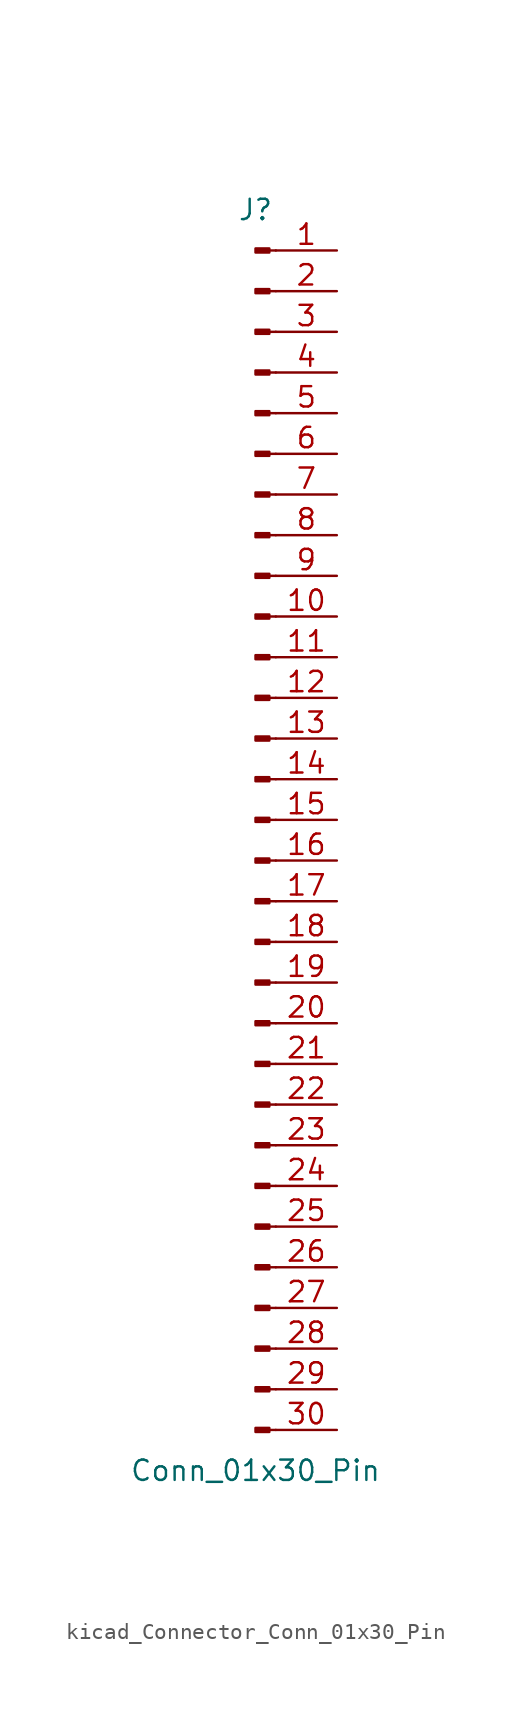
<source format=kicad_sym>
(kicad_symbol_lib
  (version 20220914)
  (generator kicad_symbol_editor)
  (symbol "kicad_Connector_Conn_01x30_Pin"
    (pin_names
      (offset 1.016) hide)
    (property "Reference" "J"
      (at 0 38.1 0)
      (effects (font (size 1.27 1.27))))
    (property "Value" "Conn_01x30_Pin"
      (at 0 -40.64 0)
      (effects (font (size 1.27 1.27))))
    (property "ki_locked" ""
      (at 0 0 0)
      (effects (font (size 1.27 1.27))))
    (symbol "kicad_Connector_Conn_01x30_Pin_1_1"
      (polyline (pts (xy 1.27 -38.1) (xy 0.864 -38.1)) (stroke (width 0.152) (type default)) (fill (type none)))
      (polyline (pts (xy 1.27 -35.56) (xy 0.864 -35.56)) (stroke (width 0.152) (type default)) (fill (type none)))
      (polyline (pts (xy 1.27 -33.02) (xy 0.864 -33.02)) (stroke (width 0.152) (type default)) (fill (type none)))
      (polyline (pts (xy 1.27 -30.48) (xy 0.864 -30.48)) (stroke (width 0.152) (type default)) (fill (type none)))
      (polyline (pts (xy 1.27 -27.94) (xy 0.864 -27.94)) (stroke (width 0.152) (type default)) (fill (type none)))
      (polyline (pts (xy 1.27 -25.4) (xy 0.864 -25.4)) (stroke (width 0.152) (type default)) (fill (type none)))
      (polyline (pts (xy 1.27 -22.86) (xy 0.864 -22.86)) (stroke (width 0.152) (type default)) (fill (type none)))
      (polyline (pts (xy 1.27 -20.32) (xy 0.864 -20.32)) (stroke (width 0.152) (type default)) (fill (type none)))
      (polyline (pts (xy 1.27 -17.78) (xy 0.864 -17.78)) (stroke (width 0.152) (type default)) (fill (type none)))
      (polyline (pts (xy 1.27 -15.24) (xy 0.864 -15.24)) (stroke (width 0.152) (type default)) (fill (type none)))
      (polyline (pts (xy 1.27 -12.7) (xy 0.864 -12.7)) (stroke (width 0.152) (type default)) (fill (type none)))
      (polyline (pts (xy 1.27 -10.16) (xy 0.864 -10.16)) (stroke (width 0.152) (type default)) (fill (type none)))
      (polyline (pts (xy 1.27 -7.62) (xy 0.864 -7.62)) (stroke (width 0.152) (type default)) (fill (type none)))
      (polyline (pts (xy 1.27 -5.08) (xy 0.864 -5.08)) (stroke (width 0.152) (type default)) (fill (type none)))
      (polyline (pts (xy 1.27 -2.54) (xy 0.864 -2.54)) (stroke (width 0.152) (type default)) (fill (type none)))
      (polyline (pts (xy 1.27 0) (xy 0.864 0)) (stroke (width 0.152) (type default)) (fill (type none)))
      (polyline (pts (xy 1.27 2.54) (xy 0.864 2.54)) (stroke (width 0.152) (type default)) (fill (type none)))
      (polyline (pts (xy 1.27 5.08) (xy 0.864 5.08)) (stroke (width 0.152) (type default)) (fill (type none)))
      (polyline (pts (xy 1.27 7.62) (xy 0.864 7.62)) (stroke (width 0.152) (type default)) (fill (type none)))
      (polyline (pts (xy 1.27 10.16) (xy 0.864 10.16)) (stroke (width 0.152) (type default)) (fill (type none)))
      (polyline (pts (xy 1.27 12.7) (xy 0.864 12.7)) (stroke (width 0.152) (type default)) (fill (type none)))
      (polyline (pts (xy 1.27 15.24) (xy 0.864 15.24)) (stroke (width 0.152) (type default)) (fill (type none)))
      (polyline (pts (xy 1.27 17.78) (xy 0.864 17.78)) (stroke (width 0.152) (type default)) (fill (type none)))
      (polyline (pts (xy 1.27 20.32) (xy 0.864 20.32)) (stroke (width 0.152) (type default)) (fill (type none)))
      (polyline (pts (xy 1.27 22.86) (xy 0.864 22.86)) (stroke (width 0.152) (type default)) (fill (type none)))
      (polyline (pts (xy 1.27 25.4) (xy 0.864 25.4)) (stroke (width 0.152) (type default)) (fill (type none)))
      (polyline (pts (xy 1.27 27.94) (xy 0.864 27.94)) (stroke (width 0.152) (type default)) (fill (type none)))
      (polyline (pts (xy 1.27 30.48) (xy 0.864 30.48)) (stroke (width 0.152) (type default)) (fill (type none)))
      (polyline (pts (xy 1.27 33.02) (xy 0.864 33.02)) (stroke (width 0.152) (type default)) (fill (type none)))
      (polyline (pts (xy 1.27 35.56) (xy 0.864 35.56)) (stroke (width 0.152) (type default)) (fill (type none)))
      (rectangle (start 0.864 -37.973) (end 0 -38.227) (stroke (width 0.152) (type default)) (fill (type outline)))
      (rectangle (start 0.864 -35.433) (end 0 -35.687) (stroke (width 0.152) (type default)) (fill (type outline)))
      (rectangle (start 0.864 -32.893) (end 0 -33.147) (stroke (width 0.152) (type default)) (fill (type outline)))
      (rectangle (start 0.864 -30.353) (end 0 -30.607) (stroke (width 0.152) (type default)) (fill (type outline)))
      (rectangle (start 0.864 -27.813) (end 0 -28.067) (stroke (width 0.152) (type default)) (fill (type outline)))
      (rectangle (start 0.864 -25.273) (end 0 -25.527) (stroke (width 0.152) (type default)) (fill (type outline)))
      (rectangle (start 0.864 -22.733) (end 0 -22.987) (stroke (width 0.152) (type default)) (fill (type outline)))
      (rectangle (start 0.864 -20.193) (end 0 -20.447) (stroke (width 0.152) (type default)) (fill (type outline)))
      (rectangle (start 0.864 -17.653) (end 0 -17.907) (stroke (width 0.152) (type default)) (fill (type outline)))
      (rectangle (start 0.864 -15.113) (end 0 -15.367) (stroke (width 0.152) (type default)) (fill (type outline)))
      (rectangle (start 0.864 -12.573) (end 0 -12.827) (stroke (width 0.152) (type default)) (fill (type outline)))
      (rectangle (start 0.864 -10.033) (end 0 -10.287) (stroke (width 0.152) (type default)) (fill (type outline)))
      (rectangle (start 0.864 -7.493) (end 0 -7.747) (stroke (width 0.152) (type default)) (fill (type outline)))
      (rectangle (start 0.864 -4.953) (end 0 -5.207) (stroke (width 0.152) (type default)) (fill (type outline)))
      (rectangle (start 0.864 -2.413) (end 0 -2.667) (stroke (width 0.152) (type default)) (fill (type outline)))
      (rectangle (start 0.864 0.127) (end 0 -0.127) (stroke (width 0.152) (type default)) (fill (type outline)))
      (rectangle (start 0.864 2.667) (end 0 2.413) (stroke (width 0.152) (type default)) (fill (type outline)))
      (rectangle (start 0.864 5.207) (end 0 4.953) (stroke (width 0.152) (type default)) (fill (type outline)))
      (rectangle (start 0.864 7.747) (end 0 7.493) (stroke (width 0.152) (type default)) (fill (type outline)))
      (rectangle (start 0.864 10.287) (end 0 10.033) (stroke (width 0.152) (type default)) (fill (type outline)))
      (rectangle (start 0.864 12.827) (end 0 12.573) (stroke (width 0.152) (type default)) (fill (type outline)))
      (rectangle (start 0.864 15.367) (end 0 15.113) (stroke (width 0.152) (type default)) (fill (type outline)))
      (rectangle (start 0.864 17.907) (end 0 17.653) (stroke (width 0.152) (type default)) (fill (type outline)))
      (rectangle (start 0.864 20.447) (end 0 20.193) (stroke (width 0.152) (type default)) (fill (type outline)))
      (rectangle (start 0.864 22.987) (end 0 22.733) (stroke (width 0.152) (type default)) (fill (type outline)))
      (rectangle (start 0.864 25.527) (end 0 25.273) (stroke (width 0.152) (type default)) (fill (type outline)))
      (rectangle (start 0.864 28.067) (end 0 27.813) (stroke (width 0.152) (type default)) (fill (type outline)))
      (rectangle (start 0.864 30.607) (end 0 30.353) (stroke (width 0.152) (type default)) (fill (type outline)))
      (rectangle (start 0.864 33.147) (end 0 32.893) (stroke (width 0.152) (type default)) (fill (type outline)))
      (rectangle (start 0.864 35.687) (end 0 35.433) (stroke (width 0.152) (type default)) (fill (type outline)))
      (pin passive line (at 5.08 35.56 180) (length 3.81) (name "Pin_1" (effects (font (size 1.27 1.27)))) (number "1" (effects (font (size 1.27 1.27)))))
      (pin passive line (at 5.08 12.7 180) (length 3.81) (name "Pin_10" (effects (font (size 1.27 1.27)))) (number "10" (effects (font (size 1.27 1.27)))))
      (pin passive line (at 5.08 10.16 180) (length 3.81) (name "Pin_11" (effects (font (size 1.27 1.27)))) (number "11" (effects (font (size 1.27 1.27)))))
      (pin passive line (at 5.08 7.62 180) (length 3.81) (name "Pin_12" (effects (font (size 1.27 1.27)))) (number "12" (effects (font (size 1.27 1.27)))))
      (pin passive line (at 5.08 5.08 180) (length 3.81) (name "Pin_13" (effects (font (size 1.27 1.27)))) (number "13" (effects (font (size 1.27 1.27)))))
      (pin passive line (at 5.08 2.54 180) (length 3.81) (name "Pin_14" (effects (font (size 1.27 1.27)))) (number "14" (effects (font (size 1.27 1.27)))))
      (pin passive line (at 5.08 0 180) (length 3.81) (name "Pin_15" (effects (font (size 1.27 1.27)))) (number "15" (effects (font (size 1.27 1.27)))))
      (pin passive line (at 5.08 -2.54 180) (length 3.81) (name "Pin_16" (effects (font (size 1.27 1.27)))) (number "16" (effects (font (size 1.27 1.27)))))
      (pin passive line (at 5.08 -5.08 180) (length 3.81) (name "Pin_17" (effects (font (size 1.27 1.27)))) (number "17" (effects (font (size 1.27 1.27)))))
      (pin passive line (at 5.08 -7.62 180) (length 3.81) (name "Pin_18" (effects (font (size 1.27 1.27)))) (number "18" (effects (font (size 1.27 1.27)))))
      (pin passive line (at 5.08 -10.16 180) (length 3.81) (name "Pin_19" (effects (font (size 1.27 1.27)))) (number "19" (effects (font (size 1.27 1.27)))))
      (pin passive line (at 5.08 33.02 180) (length 3.81) (name "Pin_2" (effects (font (size 1.27 1.27)))) (number "2" (effects (font (size 1.27 1.27)))))
      (pin passive line (at 5.08 -12.7 180) (length 3.81) (name "Pin_20" (effects (font (size 1.27 1.27)))) (number "20" (effects (font (size 1.27 1.27)))))
      (pin passive line (at 5.08 -15.24 180) (length 3.81) (name "Pin_21" (effects (font (size 1.27 1.27)))) (number "21" (effects (font (size 1.27 1.27)))))
      (pin passive line (at 5.08 -17.78 180) (length 3.81) (name "Pin_22" (effects (font (size 1.27 1.27)))) (number "22" (effects (font (size 1.27 1.27)))))
      (pin passive line (at 5.08 -20.32 180) (length 3.81) (name "Pin_23" (effects (font (size 1.27 1.27)))) (number "23" (effects (font (size 1.27 1.27)))))
      (pin passive line (at 5.08 -22.86 180) (length 3.81) (name "Pin_24" (effects (font (size 1.27 1.27)))) (number "24" (effects (font (size 1.27 1.27)))))
      (pin passive line (at 5.08 -25.4 180) (length 3.81) (name "Pin_25" (effects (font (size 1.27 1.27)))) (number "25" (effects (font (size 1.27 1.27)))))
      (pin passive line (at 5.08 -27.94 180) (length 3.81) (name "Pin_26" (effects (font (size 1.27 1.27)))) (number "26" (effects (font (size 1.27 1.27)))))
      (pin passive line (at 5.08 -30.48 180) (length 3.81) (name "Pin_27" (effects (font (size 1.27 1.27)))) (number "27" (effects (font (size 1.27 1.27)))))
      (pin passive line (at 5.08 -33.02 180) (length 3.81) (name "Pin_28" (effects (font (size 1.27 1.27)))) (number "28" (effects (font (size 1.27 1.27)))))
      (pin passive line (at 5.08 -35.56 180) (length 3.81) (name "Pin_29" (effects (font (size 1.27 1.27)))) (number "29" (effects (font (size 1.27 1.27)))))
      (pin passive line (at 5.08 30.48 180) (length 3.81) (name "Pin_3" (effects (font (size 1.27 1.27)))) (number "3" (effects (font (size 1.27 1.27)))))
      (pin passive line (at 5.08 -38.1 180) (length 3.81) (name "Pin_30" (effects (font (size 1.27 1.27)))) (number "30" (effects (font (size 1.27 1.27)))))
      (pin passive line (at 5.08 27.94 180) (length 3.81) (name "Pin_4" (effects (font (size 1.27 1.27)))) (number "4" (effects (font (size 1.27 1.27)))))
      (pin passive line (at 5.08 25.4 180) (length 3.81) (name "Pin_5" (effects (font (size 1.27 1.27)))) (number "5" (effects (font (size 1.27 1.27)))))
      (pin passive line (at 5.08 22.86 180) (length 3.81) (name "Pin_6" (effects (font (size 1.27 1.27)))) (number "6" (effects (font (size 1.27 1.27)))))
      (pin passive line (at 5.08 20.32 180) (length 3.81) (name "Pin_7" (effects (font (size 1.27 1.27)))) (number "7" (effects (font (size 1.27 1.27)))))
      (pin passive line (at 5.08 17.78 180) (length 3.81) (name "Pin_8" (effects (font (size 1.27 1.27)))) (number "8" (effects (font (size 1.27 1.27)))))
      (pin passive line (at 5.08 15.24 180) (length 3.81) (name "Pin_9" (effects (font (size 1.27 1.27)))) (number "9" (effects (font (size 1.27 1.27))))))))
</source>
